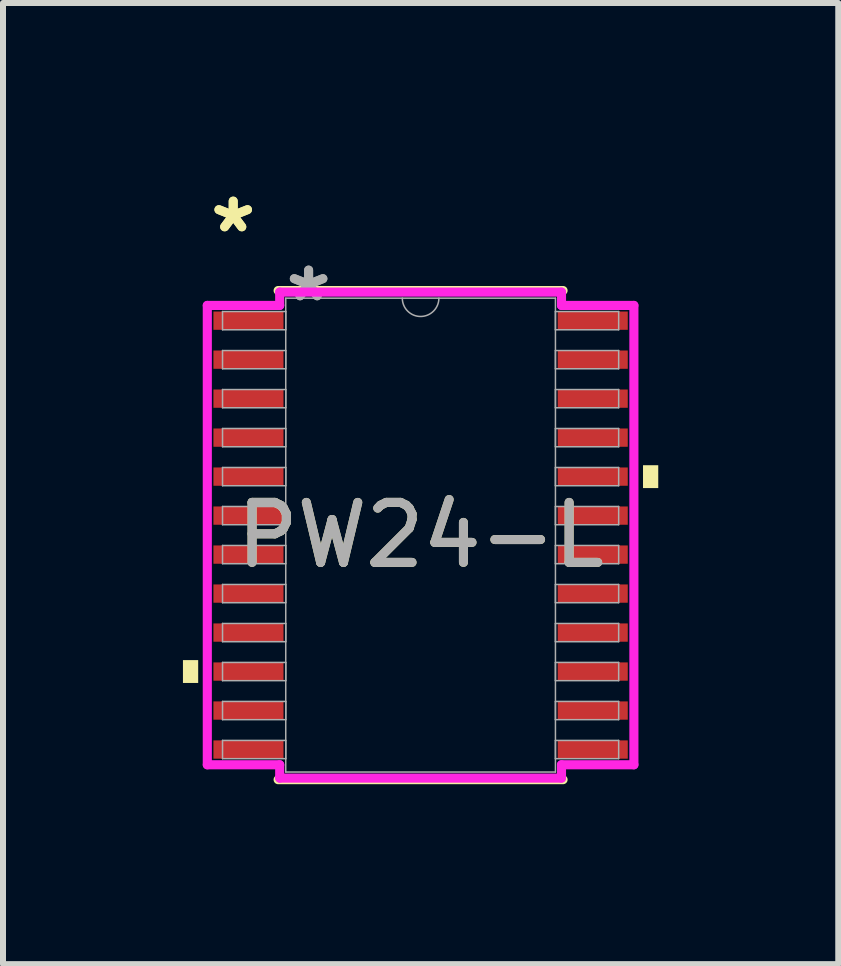
<source format=kicad_pcb>
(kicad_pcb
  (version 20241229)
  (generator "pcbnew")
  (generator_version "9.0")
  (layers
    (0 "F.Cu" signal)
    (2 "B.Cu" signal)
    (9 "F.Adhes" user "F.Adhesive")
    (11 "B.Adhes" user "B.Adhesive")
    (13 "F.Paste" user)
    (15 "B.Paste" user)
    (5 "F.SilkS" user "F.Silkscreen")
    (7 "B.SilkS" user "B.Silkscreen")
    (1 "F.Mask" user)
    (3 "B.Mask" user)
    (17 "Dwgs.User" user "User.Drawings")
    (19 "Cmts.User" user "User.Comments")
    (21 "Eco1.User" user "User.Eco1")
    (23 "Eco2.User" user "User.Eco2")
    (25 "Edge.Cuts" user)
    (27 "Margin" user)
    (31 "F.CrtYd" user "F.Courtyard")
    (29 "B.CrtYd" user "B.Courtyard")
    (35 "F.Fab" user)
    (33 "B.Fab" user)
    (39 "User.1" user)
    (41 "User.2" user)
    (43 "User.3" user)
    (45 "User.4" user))
  (footprint "PW24-L"
    (layer "F.Cu")
    (at 3.962 5.871)
    (property "Reference" "PW24-L" (at 0 0 0) (unlocked yes) (layer "F.SilkS") (effects (font (size 1 1) (thickness 0.15))))
    (attr smd)
    (fp_line (start -2.375 4.077) (end 2.375 4.077) (stroke (width 0.152) (type solid)) (layer "F.SilkS"))
    (fp_line (start 2.375 -4.077) (end -2.375 -4.077) (stroke (width 0.152) (type solid)) (layer "F.SilkS"))
    (fp_poly (pts (xy -3.962 2.084) (xy -3.962 2.465) (xy -3.708 2.465) (xy -3.708 2.084)) (stroke (width 0) (type solid)) (fill yes) (layer "F.SilkS"))
    (fp_poly (pts (xy 3.962 -1.165) (xy 3.962 -0.784) (xy 3.708 -0.784) (xy 3.708 -1.165)) (stroke (width 0) (type solid)) (fill yes) (layer "F.SilkS"))
    (fp_line (start -3.556 -3.829) (end -2.349 -3.829) (stroke (width 0.152) (type solid)) (layer "F.CrtYd"))
    (fp_line (start -3.556 3.829) (end -3.556 -3.829) (stroke (width 0.152) (type solid)) (layer "F.CrtYd"))
    (fp_line (start -3.556 3.829) (end -2.349 3.829) (stroke (width 0.152) (type solid)) (layer "F.CrtYd"))
    (fp_line (start -2.349 -4.051) (end 2.349 -4.051) (stroke (width 0.152) (type solid)) (layer "F.CrtYd"))
    (fp_line (start -2.349 -3.829) (end -2.349 -4.051) (stroke (width 0.152) (type solid)) (layer "F.CrtYd"))
    (fp_line (start -2.349 4.051) (end -2.349 3.829) (stroke (width 0.152) (type solid)) (layer "F.CrtYd"))
    (fp_line (start 2.349 -4.051) (end 2.349 -3.829) (stroke (width 0.152) (type solid)) (layer "F.CrtYd"))
    (fp_line (start 2.349 3.829) (end 2.349 4.051) (stroke (width 0.152) (type solid)) (layer "F.CrtYd"))
    (fp_line (start 2.349 4.051) (end -2.349 4.051) (stroke (width 0.152) (type solid)) (layer "F.CrtYd"))
    (fp_line (start 3.556 -3.829) (end 2.349 -3.829) (stroke (width 0.152) (type solid)) (layer "F.CrtYd"))
    (fp_line (start 3.556 -3.829) (end 3.556 3.829) (stroke (width 0.152) (type solid)) (layer "F.CrtYd"))
    (fp_line (start 3.556 3.829) (end 2.349 3.829) (stroke (width 0.152) (type solid)) (layer "F.CrtYd"))
    (fp_line (start -3.302 -3.727) (end -3.302 -3.423) (stroke (width 0.025) (type solid)) (layer "F.Fab"))
    (fp_line (start -3.302 -3.423) (end -2.248 -3.423) (stroke (width 0.025) (type solid)) (layer "F.Fab"))
    (fp_line (start -3.302 -3.077) (end -3.302 -2.773) (stroke (width 0.025) (type solid)) (layer "F.Fab"))
    (fp_line (start -3.302 -2.773) (end -2.248 -2.773) (stroke (width 0.025) (type solid)) (layer "F.Fab"))
    (fp_line (start -3.302 -2.427) (end -3.302 -2.123) (stroke (width 0.025) (type solid)) (layer "F.Fab"))
    (fp_line (start -3.302 -2.123) (end -2.248 -2.123) (stroke (width 0.025) (type solid)) (layer "F.Fab"))
    (fp_line (start -3.302 -1.777) (end -3.302 -1.473) (stroke (width 0.025) (type solid)) (layer "F.Fab"))
    (fp_line (start -3.302 -1.473) (end -2.248 -1.473) (stroke (width 0.025) (type solid)) (layer "F.Fab"))
    (fp_line (start -3.302 -1.127) (end -3.302 -0.823) (stroke (width 0.025) (type solid)) (layer "F.Fab"))
    (fp_line (start -3.302 -0.823) (end -2.248 -0.823) (stroke (width 0.025) (type solid)) (layer "F.Fab"))
    (fp_line (start -3.302 -0.477) (end -3.302 -0.173) (stroke (width 0.025) (type solid)) (layer "F.Fab"))
    (fp_line (start -3.302 -0.173) (end -2.248 -0.173) (stroke (width 0.025) (type solid)) (layer "F.Fab"))
    (fp_line (start -3.302 0.173) (end -3.302 0.477) (stroke (width 0.025) (type solid)) (layer "F.Fab"))
    (fp_line (start -3.302 0.477) (end -2.248 0.477) (stroke (width 0.025) (type solid)) (layer "F.Fab"))
    (fp_line (start -3.302 0.823) (end -3.302 1.127) (stroke (width 0.025) (type solid)) (layer "F.Fab"))
    (fp_line (start -3.302 1.127) (end -2.248 1.127) (stroke (width 0.025) (type solid)) (layer "F.Fab"))
    (fp_line (start -3.302 1.473) (end -3.302 1.777) (stroke (width 0.025) (type solid)) (layer "F.Fab"))
    (fp_line (start -3.302 1.777) (end -2.248 1.777) (stroke (width 0.025) (type solid)) (layer "F.Fab"))
    (fp_line (start -3.302 2.123) (end -3.302 2.427) (stroke (width 0.025) (type solid)) (layer "F.Fab"))
    (fp_line (start -3.302 2.427) (end -2.248 2.427) (stroke (width 0.025) (type solid)) (layer "F.Fab"))
    (fp_line (start -3.302 2.773) (end -3.302 3.077) (stroke (width 0.025) (type solid)) (layer "F.Fab"))
    (fp_line (start -3.302 3.077) (end -2.248 3.077) (stroke (width 0.025) (type solid)) (layer "F.Fab"))
    (fp_line (start -3.302 3.423) (end -3.302 3.727) (stroke (width 0.025) (type solid)) (layer "F.Fab"))
    (fp_line (start -3.302 3.727) (end -2.248 3.727) (stroke (width 0.025) (type solid)) (layer "F.Fab"))
    (fp_line (start -2.248 -3.95) (end -2.248 3.95) (stroke (width 0.025) (type solid)) (layer "F.Fab"))
    (fp_line (start -2.248 -3.727) (end -3.302 -3.727) (stroke (width 0.025) (type solid)) (layer "F.Fab"))
    (fp_line (start -2.248 -3.423) (end -2.248 -3.727) (stroke (width 0.025) (type solid)) (layer "F.Fab"))
    (fp_line (start -2.248 -3.077) (end -3.302 -3.077) (stroke (width 0.025) (type solid)) (layer "F.Fab"))
    (fp_line (start -2.248 -2.773) (end -2.248 -3.077) (stroke (width 0.025) (type solid)) (layer "F.Fab"))
    (fp_line (start -2.248 -2.427) (end -3.302 -2.427) (stroke (width 0.025) (type solid)) (layer "F.Fab"))
    (fp_line (start -2.248 -2.123) (end -2.248 -2.427) (stroke (width 0.025) (type solid)) (layer "F.Fab"))
    (fp_line (start -2.248 -1.777) (end -3.302 -1.777) (stroke (width 0.025) (type solid)) (layer "F.Fab"))
    (fp_line (start -2.248 -1.473) (end -2.248 -1.777) (stroke (width 0.025) (type solid)) (layer "F.Fab"))
    (fp_line (start -2.248 -1.127) (end -3.302 -1.127) (stroke (width 0.025) (type solid)) (layer "F.Fab"))
    (fp_line (start -2.248 -0.823) (end -2.248 -1.127) (stroke (width 0.025) (type solid)) (layer "F.Fab"))
    (fp_line (start -2.248 -0.477) (end -3.302 -0.477) (stroke (width 0.025) (type solid)) (layer "F.Fab"))
    (fp_line (start -2.248 -0.173) (end -2.248 -0.477) (stroke (width 0.025) (type solid)) (layer "F.Fab"))
    (fp_line (start -2.248 0.173) (end -3.302 0.173) (stroke (width 0.025) (type solid)) (layer "F.Fab"))
    (fp_line (start -2.248 0.477) (end -2.248 0.173) (stroke (width 0.025) (type solid)) (layer "F.Fab"))
    (fp_line (start -2.248 0.823) (end -3.302 0.823) (stroke (width 0.025) (type solid)) (layer "F.Fab"))
    (fp_line (start -2.248 1.127) (end -2.248 0.823) (stroke (width 0.025) (type solid)) (layer "F.Fab"))
    (fp_line (start -2.248 1.473) (end -3.302 1.473) (stroke (width 0.025) (type solid)) (layer "F.Fab"))
    (fp_line (start -2.248 1.777) (end -2.248 1.473) (stroke (width 0.025) (type solid)) (layer "F.Fab"))
    (fp_line (start -2.248 2.123) (end -3.302 2.123) (stroke (width 0.025) (type solid)) (layer "F.Fab"))
    (fp_line (start -2.248 2.427) (end -2.248 2.123) (stroke (width 0.025) (type solid)) (layer "F.Fab"))
    (fp_line (start -2.248 2.773) (end -3.302 2.773) (stroke (width 0.025) (type solid)) (layer "F.Fab"))
    (fp_line (start -2.248 3.077) (end -2.248 2.773) (stroke (width 0.025) (type solid)) (layer "F.Fab"))
    (fp_line (start -2.248 3.423) (end -3.302 3.423) (stroke (width 0.025) (type solid)) (layer "F.Fab"))
    (fp_line (start -2.248 3.727) (end -2.248 3.423) (stroke (width 0.025) (type solid)) (layer "F.Fab"))
    (fp_line (start -2.248 3.95) (end 2.248 3.95) (stroke (width 0.025) (type solid)) (layer "F.Fab"))
    (fp_line (start 2.248 -3.95) (end -2.248 -3.95) (stroke (width 0.025) (type solid)) (layer "F.Fab"))
    (fp_line (start 2.248 -3.727) (end 2.248 -3.423) (stroke (width 0.025) (type solid)) (layer "F.Fab"))
    (fp_line (start 2.248 -3.423) (end 3.302 -3.423) (stroke (width 0.025) (type solid)) (layer "F.Fab"))
    (fp_line (start 2.248 -3.077) (end 2.248 -2.773) (stroke (width 0.025) (type solid)) (layer "F.Fab"))
    (fp_line (start 2.248 -2.773) (end 3.302 -2.773) (stroke (width 0.025) (type solid)) (layer "F.Fab"))
    (fp_line (start 2.248 -2.427) (end 2.248 -2.123) (stroke (width 0.025) (type solid)) (layer "F.Fab"))
    (fp_line (start 2.248 -2.123) (end 3.302 -2.123) (stroke (width 0.025) (type solid)) (layer "F.Fab"))
    (fp_line (start 2.248 -1.777) (end 2.248 -1.473) (stroke (width 0.025) (type solid)) (layer "F.Fab"))
    (fp_line (start 2.248 -1.473) (end 3.302 -1.473) (stroke (width 0.025) (type solid)) (layer "F.Fab"))
    (fp_line (start 2.248 -1.127) (end 2.248 -0.823) (stroke (width 0.025) (type solid)) (layer "F.Fab"))
    (fp_line (start 2.248 -0.823) (end 3.302 -0.823) (stroke (width 0.025) (type solid)) (layer "F.Fab"))
    (fp_line (start 2.248 -0.477) (end 2.248 -0.173) (stroke (width 0.025) (type solid)) (layer "F.Fab"))
    (fp_line (start 2.248 -0.173) (end 3.302 -0.173) (stroke (width 0.025) (type solid)) (layer "F.Fab"))
    (fp_line (start 2.248 0.173) (end 2.248 0.477) (stroke (width 0.025) (type solid)) (layer "F.Fab"))
    (fp_line (start 2.248 0.477) (end 3.302 0.477) (stroke (width 0.025) (type solid)) (layer "F.Fab"))
    (fp_line (start 2.248 0.823) (end 2.248 1.127) (stroke (width 0.025) (type solid)) (layer "F.Fab"))
    (fp_line (start 2.248 1.127) (end 3.302 1.127) (stroke (width 0.025) (type solid)) (layer "F.Fab"))
    (fp_line (start 2.248 1.473) (end 2.248 1.777) (stroke (width 0.025) (type solid)) (layer "F.Fab"))
    (fp_line (start 2.248 1.777) (end 3.302 1.777) (stroke (width 0.025) (type solid)) (layer "F.Fab"))
    (fp_line (start 2.248 2.123) (end 2.248 2.427) (stroke (width 0.025) (type solid)) (layer "F.Fab"))
    (fp_line (start 2.248 2.427) (end 3.302 2.427) (stroke (width 0.025) (type solid)) (layer "F.Fab"))
    (fp_line (start 2.248 2.773) (end 2.248 3.077) (stroke (width 0.025) (type solid)) (layer "F.Fab"))
    (fp_line (start 2.248 3.077) (end 3.302 3.077) (stroke (width 0.025) (type solid)) (layer "F.Fab"))
    (fp_line (start 2.248 3.423) (end 2.248 3.727) (stroke (width 0.025) (type solid)) (layer "F.Fab"))
    (fp_line (start 2.248 3.727) (end 3.302 3.727) (stroke (width 0.025) (type solid)) (layer "F.Fab"))
    (fp_line (start 2.248 3.95) (end 2.248 -3.95) (stroke (width 0.025) (type solid)) (layer "F.Fab"))
    (fp_line (start 3.302 -3.727) (end 2.248 -3.727) (stroke (width 0.025) (type solid)) (layer "F.Fab"))
    (fp_line (start 3.302 -3.423) (end 3.302 -3.727) (stroke (width 0.025) (type solid)) (layer "F.Fab"))
    (fp_line (start 3.302 -3.077) (end 2.248 -3.077) (stroke (width 0.025) (type solid)) (layer "F.Fab"))
    (fp_line (start 3.302 -2.773) (end 3.302 -3.077) (stroke (width 0.025) (type solid)) (layer "F.Fab"))
    (fp_line (start 3.302 -2.427) (end 2.248 -2.427) (stroke (width 0.025) (type solid)) (layer "F.Fab"))
    (fp_line (start 3.302 -2.123) (end 3.302 -2.427) (stroke (width 0.025) (type solid)) (layer "F.Fab"))
    (fp_line (start 3.302 -1.777) (end 2.248 -1.777) (stroke (width 0.025) (type solid)) (layer "F.Fab"))
    (fp_line (start 3.302 -1.473) (end 3.302 -1.777) (stroke (width 0.025) (type solid)) (layer "F.Fab"))
    (fp_line (start 3.302 -1.127) (end 2.248 -1.127) (stroke (width 0.025) (type solid)) (layer "F.Fab"))
    (fp_line (start 3.302 -0.823) (end 3.302 -1.127) (stroke (width 0.025) (type solid)) (layer "F.Fab"))
    (fp_line (start 3.302 -0.477) (end 2.248 -0.477) (stroke (width 0.025) (type solid)) (layer "F.Fab"))
    (fp_line (start 3.302 -0.173) (end 3.302 -0.477) (stroke (width 0.025) (type solid)) (layer "F.Fab"))
    (fp_line (start 3.302 0.173) (end 2.248 0.173) (stroke (width 0.025) (type solid)) (layer "F.Fab"))
    (fp_line (start 3.302 0.477) (end 3.302 0.173) (stroke (width 0.025) (type solid)) (layer "F.Fab"))
    (fp_line (start 3.302 0.823) (end 2.248 0.823) (stroke (width 0.025) (type solid)) (layer "F.Fab"))
    (fp_line (start 3.302 1.127) (end 3.302 0.823) (stroke (width 0.025) (type solid)) (layer "F.Fab"))
    (fp_line (start 3.302 1.473) (end 2.248 1.473) (stroke (width 0.025) (type solid)) (layer "F.Fab"))
    (fp_line (start 3.302 1.777) (end 3.302 1.473) (stroke (width 0.025) (type solid)) (layer "F.Fab"))
    (fp_line (start 3.302 2.123) (end 2.248 2.123) (stroke (width 0.025) (type solid)) (layer "F.Fab"))
    (fp_line (start 3.302 2.427) (end 3.302 2.123) (stroke (width 0.025) (type solid)) (layer "F.Fab"))
    (fp_line (start 3.302 2.773) (end 2.248 2.773) (stroke (width 0.025) (type solid)) (layer "F.Fab"))
    (fp_line (start 3.302 3.077) (end 3.302 2.773) (stroke (width 0.025) (type solid)) (layer "F.Fab"))
    (fp_line (start 3.302 3.423) (end 2.248 3.423) (stroke (width 0.025) (type solid)) (layer "F.Fab"))
    (fp_line (start 3.302 3.727) (end 3.302 3.423) (stroke (width 0.025) (type solid)) (layer "F.Fab"))
    (fp_arc (start 0.3048 -3.9497) (mid 0 -3.6449) (end -0.3048 -3.9497) (stroke (width 0.0254) (type solid)) (layer "F.Fab"))
    (fp_text user "*" (at -3.124 -5.023 0) (layer "F.SilkS") (effects (font (size 1 1) (thickness 0.15))))
    (fp_text user "*" (at -3.124 -5.023 0) (unlocked yes) (layer "F.SilkS") (effects (font (size 1 1) (thickness 0.15))))
    (fp_text user "${REFERENCE}" (at 0 0 0) (unlocked yes) (layer "F.Fab") (effects (font (size 1 1) (thickness 0.15))))
    (fp_text user "*" (at -1.867 -3.873 0) (unlocked yes) (layer "F.Fab") (effects (font (size 1 1) (thickness 0.15))))
    (fp_text user "*" (at -1.867 -3.873 0) (layer "F.Fab") (effects (font (size 1 1) (thickness 0.15))))
    (pad "1" smd rect (at -2.87 -3.575) (size 1.168 0.305) (layers "F.Cu" "F.Mask" "F.Paste"))
    (pad "2" smd rect (at -2.87 -2.925) (size 1.168 0.305) (layers "F.Cu" "F.Mask" "F.Paste"))
    (pad "3" smd rect (at -2.87 -2.275) (size 1.168 0.305) (layers "F.Cu" "F.Mask" "F.Paste"))
    (pad "4" smd rect (at -2.87 -1.625) (size 1.168 0.305) (layers "F.Cu" "F.Mask" "F.Paste"))
    (pad "5" smd rect (at -2.87 -0.975) (size 1.168 0.305) (layers "F.Cu" "F.Mask" "F.Paste"))
    (pad "6" smd rect (at -2.87 -0.325) (size 1.168 0.305) (layers "F.Cu" "F.Mask" "F.Paste"))
    (pad "7" smd rect (at -2.87 0.325) (size 1.168 0.305) (layers "F.Cu" "F.Mask" "F.Paste"))
    (pad "8" smd rect (at -2.87 0.975) (size 1.168 0.305) (layers "F.Cu" "F.Mask" "F.Paste"))
    (pad "9" smd rect (at -2.87 1.625) (size 1.168 0.305) (layers "F.Cu" "F.Mask" "F.Paste"))
    (pad "10" smd rect (at -2.87 2.275) (size 1.168 0.305) (layers "F.Cu" "F.Mask" "F.Paste"))
    (pad "11" smd rect (at -2.87 2.925) (size 1.168 0.305) (layers "F.Cu" "F.Mask" "F.Paste"))
    (pad "12" smd rect (at -2.87 3.575) (size 1.168 0.305) (layers "F.Cu" "F.Mask" "F.Paste"))
    (pad "13" smd rect (at 2.87 3.575) (size 1.168 0.305) (layers "F.Cu" "F.Mask" "F.Paste"))
    (pad "14" smd rect (at 2.87 2.925) (size 1.168 0.305) (layers "F.Cu" "F.Mask" "F.Paste"))
    (pad "15" smd rect (at 2.87 2.275) (size 1.168 0.305) (layers "F.Cu" "F.Mask" "F.Paste"))
    (pad "16" smd rect (at 2.87 1.625) (size 1.168 0.305) (layers "F.Cu" "F.Mask" "F.Paste"))
    (pad "17" smd rect (at 2.87 0.975) (size 1.168 0.305) (layers "F.Cu" "F.Mask" "F.Paste"))
    (pad "18" smd rect (at 2.87 0.325) (size 1.168 0.305) (layers "F.Cu" "F.Mask" "F.Paste"))
    (pad "19" smd rect (at 2.87 -0.325) (size 1.168 0.305) (layers "F.Cu" "F.Mask" "F.Paste"))
    (pad "20" smd rect (at 2.87 -0.975) (size 1.168 0.305) (layers "F.Cu" "F.Mask" "F.Paste"))
    (pad "21" smd rect (at 2.87 -1.625) (size 1.168 0.305) (layers "F.Cu" "F.Mask" "F.Paste"))
    (pad "22" smd rect (at 2.87 -2.275) (size 1.168 0.305) (layers "F.Cu" "F.Mask" "F.Paste"))
    (pad "23" smd rect (at 2.87 -2.925) (size 1.168 0.305) (layers "F.Cu" "F.Mask" "F.Paste"))
    (pad "24" smd rect (at 2.87 -3.575) (size 1.168 0.305) (layers "F.Cu" "F.Mask" "F.Paste")))
  (gr_rect
    (start -3 -3)
    (end 10.925 13.024)
    (stroke (width 0.1) (type default))
    (fill no)
    (layer "Edge.Cuts")))
</source>
